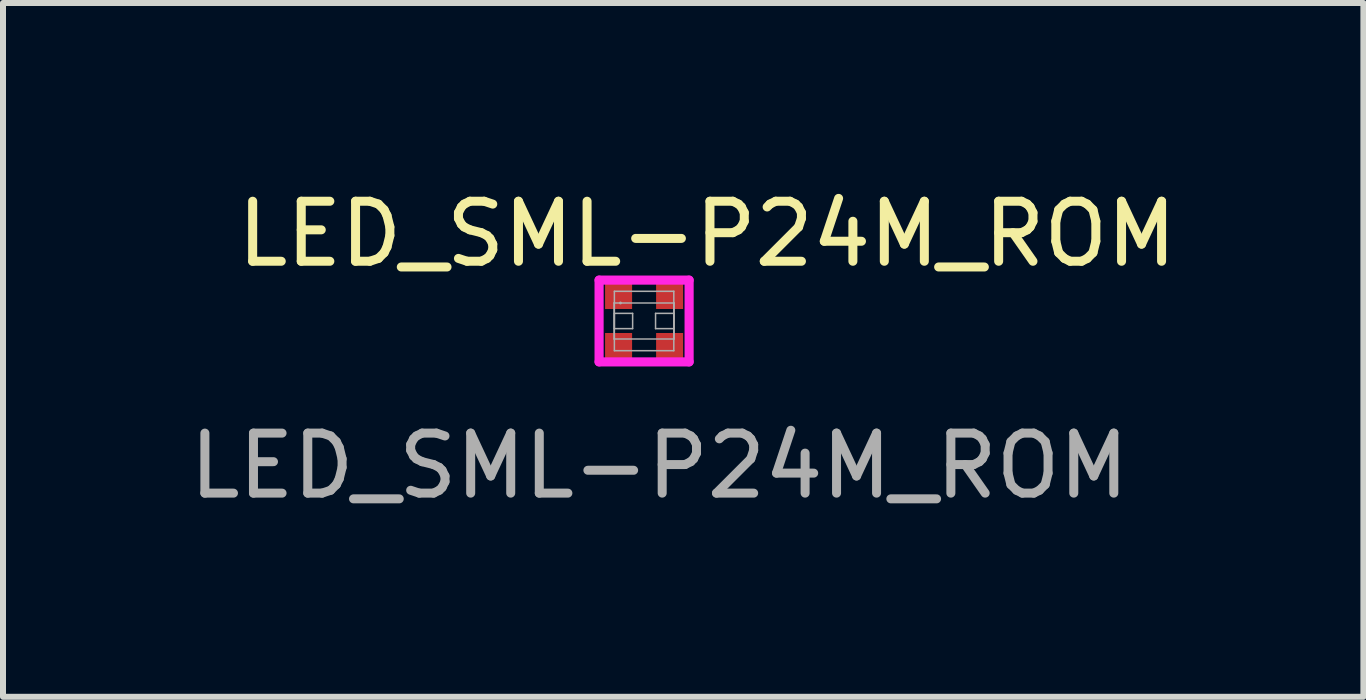
<source format=kicad_pcb>
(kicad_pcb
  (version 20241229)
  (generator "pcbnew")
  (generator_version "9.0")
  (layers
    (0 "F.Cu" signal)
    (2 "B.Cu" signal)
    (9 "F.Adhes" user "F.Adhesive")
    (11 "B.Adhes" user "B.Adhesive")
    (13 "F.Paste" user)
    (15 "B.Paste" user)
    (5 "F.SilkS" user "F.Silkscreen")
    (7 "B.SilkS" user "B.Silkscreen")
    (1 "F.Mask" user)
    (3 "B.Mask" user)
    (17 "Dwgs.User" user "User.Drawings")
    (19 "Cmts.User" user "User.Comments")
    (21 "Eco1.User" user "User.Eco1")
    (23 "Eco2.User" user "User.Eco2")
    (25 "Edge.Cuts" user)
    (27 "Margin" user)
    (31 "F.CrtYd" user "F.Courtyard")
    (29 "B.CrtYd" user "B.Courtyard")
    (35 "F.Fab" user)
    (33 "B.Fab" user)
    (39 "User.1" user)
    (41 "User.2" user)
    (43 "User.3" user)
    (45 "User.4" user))
  (footprint "LED_SML-P24M_ROM"
    (layer "F.Cu")
    (at 7.681 2.298)
    (property "Reference" "LED_SML-P24M_ROM" (at 1.05 -1.45 0) (unlocked yes) (layer "F.SilkS") (effects (font (size 1 1) (thickness 0.15))))
    (attr smd)
    (fp_line (start -0.75 -0.681) (end 0.75 -0.681) (stroke (width 0.152) (type solid)) (layer "F.CrtYd"))
    (fp_line (start -0.75 0.681) (end -0.75 -0.681) (stroke (width 0.152) (type solid)) (layer "F.CrtYd"))
    (fp_line (start 0.75 -0.681) (end 0.75 0.681) (stroke (width 0.152) (type solid)) (layer "F.CrtYd"))
    (fp_line (start 0.75 0.681) (end -0.75 0.681) (stroke (width 0.152) (type solid)) (layer "F.CrtYd"))
    (fp_line (start -0.5 -0.3) (end 0.5 -0.3) (stroke (width 0.025) (type solid)) (layer "F.Fab"))
    (fp_line (start -0.5 0.3) (end -0.5 -0.3) (stroke (width 0.025) (type solid)) (layer "F.Fab"))
    (fp_line (start -0.495 -0.495) (end -0.495 0.495) (stroke (width 0.025) (type solid)) (layer "F.Fab"))
    (fp_line (start -0.495 -0.127) (end -0.495 0.127) (stroke (width 0.025) (type solid)) (layer "F.Fab"))
    (fp_line (start -0.495 0.127) (end -0.191 0.127) (stroke (width 0.025) (type solid)) (layer "F.Fab"))
    (fp_line (start -0.495 0.495) (end 0.495 0.495) (stroke (width 0.025) (type solid)) (layer "F.Fab"))
    (fp_line (start -0.191 -0.127) (end -0.495 -0.127) (stroke (width 0.025) (type solid)) (layer "F.Fab"))
    (fp_line (start -0.191 0.127) (end -0.191 -0.127) (stroke (width 0.025) (type solid)) (layer "F.Fab"))
    (fp_line (start 0.191 -0.127) (end 0.191 0.127) (stroke (width 0.025) (type solid)) (layer "F.Fab"))
    (fp_line (start 0.191 0.127) (end 0.495 0.127) (stroke (width 0.025) (type solid)) (layer "F.Fab"))
    (fp_line (start 0.495 -0.495) (end -0.495 -0.495) (stroke (width 0.025) (type solid)) (layer "F.Fab"))
    (fp_line (start 0.495 -0.127) (end 0.191 -0.127) (stroke (width 0.025) (type solid)) (layer "F.Fab"))
    (fp_line (start 0.495 0.127) (end 0.495 -0.127) (stroke (width 0.025) (type solid)) (layer "F.Fab"))
    (fp_line (start 0.495 0.495) (end 0.495 -0.495) (stroke (width 0.025) (type solid)) (layer "F.Fab"))
    (fp_line (start 0.5 -0.3) (end 0.5 0.3) (stroke (width 0.025) (type solid)) (layer "F.Fab"))
    (fp_line (start 0.5 0.3) (end -0.5 0.3) (stroke (width 0.025) (type solid)) (layer "F.Fab"))
    (fp_circle (center -0.394 -0.3) (end -0.394 -0.3) (stroke (width 0.025) (type solid)) (fill no) (layer "F.Fab"))
    (fp_text user "${REFERENCE}" (at 0.254 2.413 0) (unlocked yes) (layer "F.Fab") (effects (font (size 1 1) (thickness 0.15))))
    (pad "1" smd rect (at -0.425 -0.425) (size 0.45 0.45) (layers "F.Cu" "F.Mask" "F.Paste"))
    (pad "2" smd rect (at -0.425 0.425) (size 0.45 0.45) (layers "F.Cu" "F.Mask" "F.Paste"))
    (pad "3" smd rect (at 0.425 0.425) (size 0.45 0.45) (layers "F.Cu" "F.Mask" "F.Paste"))
    (pad "4" smd rect (at 0.425 -0.425) (size 0.45 0.45) (layers "F.Cu" "F.Mask" "F.Paste")))
  (gr_rect
    (start -3 -3)
    (end 19.665 8.559)
    (stroke (width 0.1) (type default))
    (fill no)
    (layer "Edge.Cuts")))
</source>
